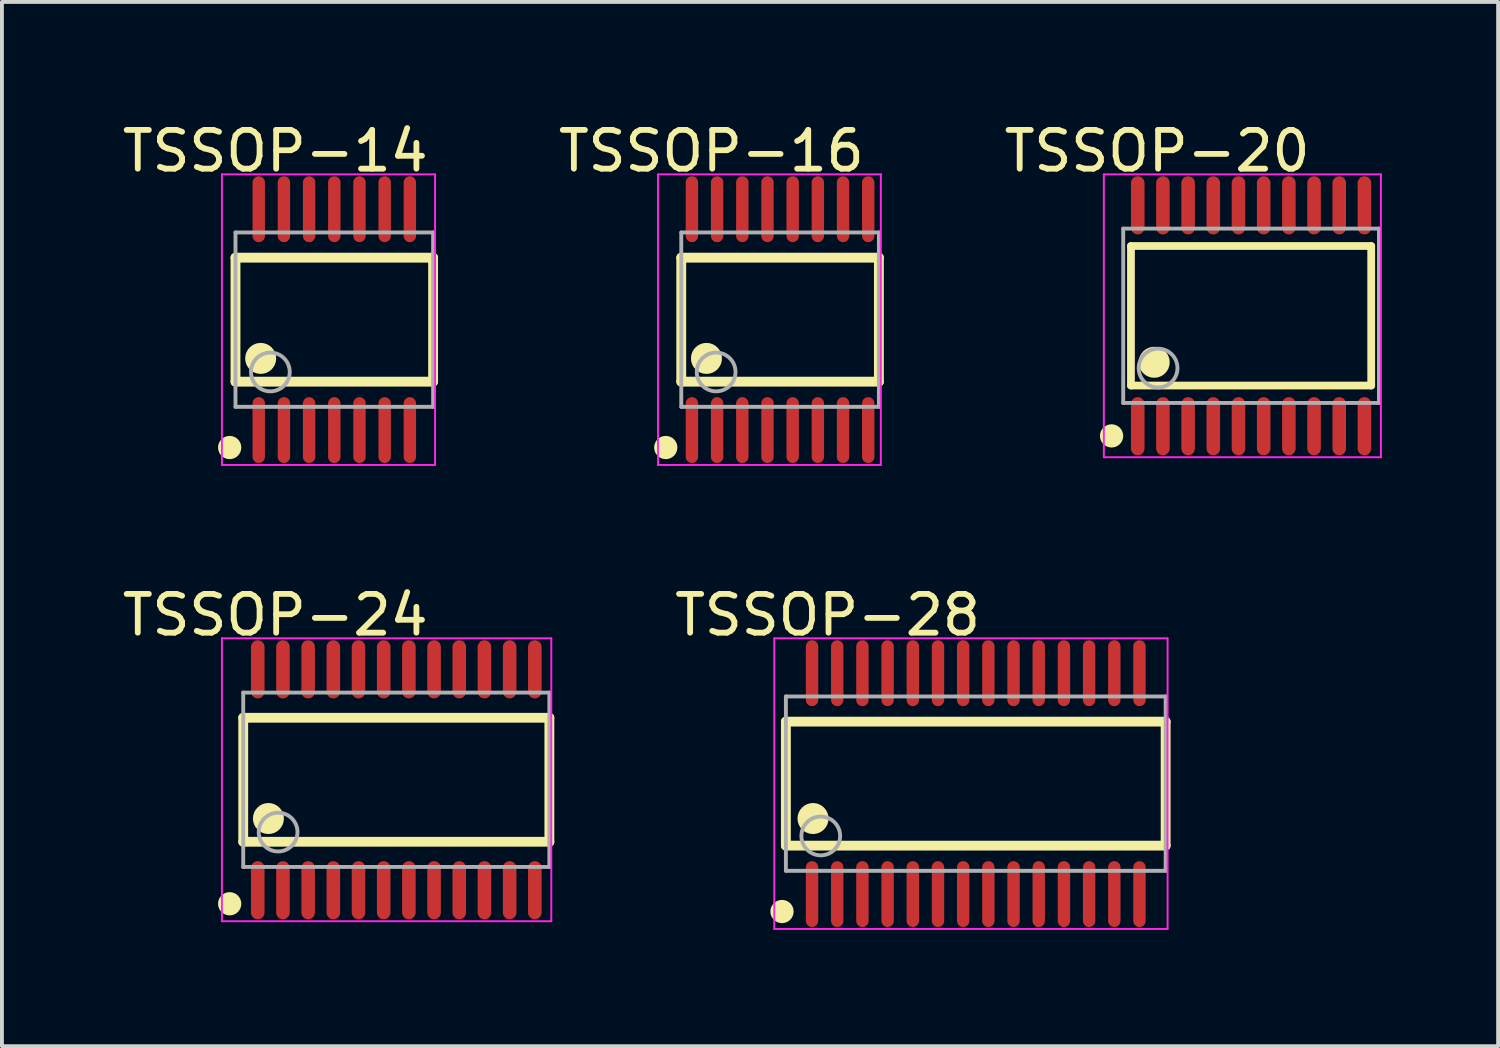
<source format=kicad_pcb>
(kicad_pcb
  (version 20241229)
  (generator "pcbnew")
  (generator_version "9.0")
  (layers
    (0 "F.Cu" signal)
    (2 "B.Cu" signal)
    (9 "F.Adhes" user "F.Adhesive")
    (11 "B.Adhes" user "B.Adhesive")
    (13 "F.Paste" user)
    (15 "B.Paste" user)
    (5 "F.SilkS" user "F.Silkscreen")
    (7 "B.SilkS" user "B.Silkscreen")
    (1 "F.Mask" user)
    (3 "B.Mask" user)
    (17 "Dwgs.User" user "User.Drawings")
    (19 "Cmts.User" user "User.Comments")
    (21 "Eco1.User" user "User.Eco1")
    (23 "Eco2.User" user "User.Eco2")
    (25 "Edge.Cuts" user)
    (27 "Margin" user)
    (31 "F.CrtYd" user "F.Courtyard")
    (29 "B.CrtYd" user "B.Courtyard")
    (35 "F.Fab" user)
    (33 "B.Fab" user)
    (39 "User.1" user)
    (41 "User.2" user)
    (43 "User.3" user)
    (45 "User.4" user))
  (footprint "TSSOP-20"
    (layer "F.Cu")
    (at 29.236 5.099)
    (property "Reference" "TSSOP-20" (at -2.424 -4.251 0) (layer "F.SilkS") (effects (font (size 1 1) (thickness 0.15))))
    (attr through_hole)
    (fp_line (start -3.1 -1.8) (end 3.1 -1.8) (stroke (width 0.2) (type solid)) (layer "F.SilkS"))
    (fp_line (start -3.1 1.8) (end -3.1 -1.8) (stroke (width 0.2) (type solid)) (layer "F.SilkS"))
    (fp_line (start -3.1 1.8) (end 3.1 1.8) (stroke (width 0.2) (type solid)) (layer "F.SilkS"))
    (fp_line (start 3.1 1.8) (end 3.1 -1.8) (stroke (width 0.2) (type solid)) (layer "F.SilkS"))
    (fp_circle (center -3.6 3.1) (end -3.45 3.1) (stroke (width 0.3) (type solid)) (fill no) (layer "F.SilkS"))
    (fp_circle (center -2.5 1.2) (end -2.3 1.2) (stroke (width 0.4) (type solid)) (fill no) (layer "F.SilkS"))
    (fp_line (start -3.8 -3.65) (end 3.35 -3.65) (stroke (width 0.05) (type solid)) (layer "F.CrtYd"))
    (fp_line (start -3.8 3.65) (end -3.8 -3.65) (stroke (width 0.05) (type solid)) (layer "F.CrtYd"))
    (fp_line (start 3.35 -3.65) (end 3.35 3.65) (stroke (width 0.05) (type solid)) (layer "F.CrtYd"))
    (fp_line (start 3.35 3.65) (end -3.8 3.65) (stroke (width 0.05) (type solid)) (layer "F.CrtYd"))
    (fp_line (start -3.3 -2.25) (end 3.3 -2.25) (stroke (width 0.1) (type solid)) (layer "F.Fab"))
    (fp_line (start -3.3 2.25) (end -3.3 -2.25) (stroke (width 0.1) (type solid)) (layer "F.Fab"))
    (fp_line (start -3.3 2.25) (end 3.3 2.25) (stroke (width 0.1) (type solid)) (layer "F.Fab"))
    (fp_line (start 3.3 2.25) (end 3.3 -2.25) (stroke (width 0.1) (type solid)) (layer "F.Fab"))
    (fp_circle (center -2.4 1.35) (end -1.9 1.35) (stroke (width 0.1) (type solid)) (fill no) (layer "F.Fab"))
    (pad "1" smd oval (at -2.925 2.85 180) (size 0.35 1.5) (layers "F.Cu" "F.Mask" "F.Paste"))
    (pad "2" smd oval (at -2.275 2.85 180) (size 0.35 1.5) (layers "F.Cu" "F.Mask" "F.Paste"))
    (pad "3" smd oval (at -1.625 2.85 180) (size 0.35 1.5) (layers "F.Cu" "F.Mask" "F.Paste"))
    (pad "4" smd oval (at -0.975 2.85 180) (size 0.35 1.5) (layers "F.Cu" "F.Mask" "F.Paste"))
    (pad "5" smd oval (at -0.325 2.85 180) (size 0.35 1.5) (layers "F.Cu" "F.Mask" "F.Paste"))
    (pad "6" smd oval (at 0.325 2.85 180) (size 0.35 1.5) (layers "F.Cu" "F.Mask" "F.Paste"))
    (pad "7" smd oval (at 0.975 2.85 180) (size 0.35 1.5) (layers "F.Cu" "F.Mask" "F.Paste"))
    (pad "8" smd oval (at 1.625 2.85 180) (size 0.35 1.5) (layers "F.Cu" "F.Mask" "F.Paste"))
    (pad "9" smd oval (at 2.275 2.85 180) (size 0.35 1.5) (layers "F.Cu" "F.Mask" "F.Paste"))
    (pad "10" smd oval (at 2.925 2.85 180) (size 0.35 1.5) (layers "F.Cu" "F.Mask" "F.Paste"))
    (pad "11" smd oval (at 2.925 -2.85 180) (size 0.35 1.5) (layers "F.Cu" "F.Mask" "F.Paste"))
    (pad "12" smd oval (at 2.275 -2.85 180) (size 0.35 1.5) (layers "F.Cu" "F.Mask" "F.Paste"))
    (pad "13" smd oval (at 1.625 -2.85 180) (size 0.35 1.5) (layers "F.Cu" "F.Mask" "F.Paste"))
    (pad "14" smd oval (at 0.975 -2.85 180) (size 0.35 1.5) (layers "F.Cu" "F.Mask" "F.Paste"))
    (pad "15" smd oval (at 0.325 -2.85 180) (size 0.35 1.5) (layers "F.Cu" "F.Mask" "F.Paste"))
    (pad "16" smd oval (at -0.325 -2.85 180) (size 0.35 1.5) (layers "F.Cu" "F.Mask" "F.Paste"))
    (pad "17" smd oval (at -0.975 -2.85 180) (size 0.35 1.5) (layers "F.Cu" "F.Mask" "F.Paste"))
    (pad "18" smd oval (at -1.625 -2.85 180) (size 0.35 1.5) (layers "F.Cu" "F.Mask" "F.Paste"))
    (pad "19" smd oval (at -2.275 -2.85 180) (size 0.35 1.5) (layers "F.Cu" "F.Mask" "F.Paste"))
    (pad "20" smd oval (at -2.925 -2.85 180) (size 0.35 1.5) (layers "F.Cu" "F.Mask" "F.Paste")))
  (footprint "TSSOP-24"
    (layer "F.Cu")
    (at 7.177 17.073)
    (property "Reference" "TSSOP-24" (at -3.124 -4.251 0) (layer "F.SilkS") (effects (font (size 1 1) (thickness 0.15))))
    (attr through_hole)
    (fp_line (start -3.95 -1.6) (end 3.95 -1.6) (stroke (width 0.254) (type solid)) (layer "F.SilkS"))
    (fp_line (start -3.95 1.6) (end -3.95 -1.6) (stroke (width 0.254) (type solid)) (layer "F.SilkS"))
    (fp_line (start -3.95 1.6) (end 3.95 1.6) (stroke (width 0.254) (type solid)) (layer "F.SilkS"))
    (fp_line (start 3.95 1.6) (end 3.95 -1.6) (stroke (width 0.254) (type solid)) (layer "F.SilkS"))
    (fp_circle (center -4.3 3.2) (end -4.15 3.2) (stroke (width 0.3) (type solid)) (fill no) (layer "F.SilkS"))
    (fp_circle (center -3.3 1) (end -3.1 1) (stroke (width 0.4) (type solid)) (fill no) (layer "F.SilkS"))
    (fp_line (start -4.5 -3.65) (end 4 -3.65) (stroke (width 0.05) (type solid)) (layer "F.CrtYd"))
    (fp_line (start -4.5 3.65) (end -4.5 -3.65) (stroke (width 0.05) (type solid)) (layer "F.CrtYd"))
    (fp_line (start 4 -3.65) (end 4 3.65) (stroke (width 0.05) (type solid)) (layer "F.CrtYd"))
    (fp_line (start 4 3.65) (end -4.5 3.65) (stroke (width 0.05) (type solid)) (layer "F.CrtYd"))
    (fp_line (start -3.95 -2.25) (end 3.95 -2.25) (stroke (width 0.1) (type solid)) (layer "F.Fab"))
    (fp_line (start -3.95 2.25) (end -3.95 -2.25) (stroke (width 0.1) (type solid)) (layer "F.Fab"))
    (fp_line (start -3.95 2.25) (end 3.95 2.25) (stroke (width 0.1) (type solid)) (layer "F.Fab"))
    (fp_line (start 3.95 2.25) (end 3.95 -2.25) (stroke (width 0.1) (type solid)) (layer "F.Fab"))
    (fp_circle (center -3.05 1.35) (end -2.55 1.35) (stroke (width 0.1) (type solid)) (fill no) (layer "F.Fab"))
    (pad "1" smd oval (at -3.575 2.85 180) (size 0.35 1.5) (layers "F.Cu" "F.Mask" "F.Paste"))
    (pad "2" smd oval (at -2.925 2.85 180) (size 0.35 1.5) (layers "F.Cu" "F.Mask" "F.Paste"))
    (pad "3" smd oval (at -2.275 2.85 180) (size 0.35 1.5) (layers "F.Cu" "F.Mask" "F.Paste"))
    (pad "4" smd oval (at -1.625 2.85 180) (size 0.35 1.5) (layers "F.Cu" "F.Mask" "F.Paste"))
    (pad "5" smd oval (at -0.975 2.85 180) (size 0.35 1.5) (layers "F.Cu" "F.Mask" "F.Paste"))
    (pad "6" smd oval (at -0.325 2.85 180) (size 0.35 1.5) (layers "F.Cu" "F.Mask" "F.Paste"))
    (pad "7" smd oval (at 0.325 2.85 180) (size 0.35 1.5) (layers "F.Cu" "F.Mask" "F.Paste"))
    (pad "8" smd oval (at 0.975 2.85 180) (size 0.35 1.5) (layers "F.Cu" "F.Mask" "F.Paste"))
    (pad "9" smd oval (at 1.625 2.85 180) (size 0.35 1.5) (layers "F.Cu" "F.Mask" "F.Paste"))
    (pad "10" smd oval (at 2.275 2.85 180) (size 0.35 1.5) (layers "F.Cu" "F.Mask" "F.Paste"))
    (pad "11" smd oval (at 2.925 2.85 180) (size 0.35 1.5) (layers "F.Cu" "F.Mask" "F.Paste"))
    (pad "12" smd oval (at 3.575 2.85 180) (size 0.35 1.5) (layers "F.Cu" "F.Mask" "F.Paste"))
    (pad "13" smd oval (at 3.575 -2.85 180) (size 0.35 1.5) (layers "F.Cu" "F.Mask" "F.Paste"))
    (pad "14" smd oval (at 2.925 -2.85 180) (size 0.35 1.5) (layers "F.Cu" "F.Mask" "F.Paste"))
    (pad "15" smd oval (at 2.275 -2.85 180) (size 0.35 1.5) (layers "F.Cu" "F.Mask" "F.Paste"))
    (pad "16" smd oval (at 1.625 -2.85 180) (size 0.35 1.5) (layers "F.Cu" "F.Mask" "F.Paste"))
    (pad "17" smd oval (at 0.975 -2.85 180) (size 0.35 1.5) (layers "F.Cu" "F.Mask" "F.Paste"))
    (pad "18" smd oval (at 0.325 -2.85 180) (size 0.35 1.5) (layers "F.Cu" "F.Mask" "F.Paste"))
    (pad "19" smd oval (at -0.325 -2.85 180) (size 0.35 1.5) (layers "F.Cu" "F.Mask" "F.Paste"))
    (pad "20" smd oval (at -0.975 -2.85 180) (size 0.35 1.5) (layers "F.Cu" "F.Mask" "F.Paste"))
    (pad "21" smd oval (at -1.625 -2.85 180) (size 0.35 1.5) (layers "F.Cu" "F.Mask" "F.Paste"))
    (pad "22" smd oval (at -2.275 -2.85 180) (size 0.35 1.5) (layers "F.Cu" "F.Mask" "F.Paste"))
    (pad "23" smd oval (at -2.925 -2.85 180) (size 0.35 1.5) (layers "F.Cu" "F.Mask" "F.Paste"))
    (pad "24" smd oval (at -3.575 -2.85 180) (size 0.35 1.5) (layers "F.Cu" "F.Mask" "F.Paste")))
  (footprint "TSSOP-16"
    (layer "F.Cu")
    (at 17.081 5.199)
    (property "Reference" "TSSOP-16" (at -1.774 -4.351 0) (layer "F.SilkS") (effects (font (size 1 1) (thickness 0.15))))
    (attr through_hole)
    (fp_line (start -2.55 -1.6) (end 2.55 -1.6) (stroke (width 0.254) (type solid)) (layer "F.SilkS"))
    (fp_line (start -2.55 1.6) (end -2.55 -1.6) (stroke (width 0.254) (type solid)) (layer "F.SilkS"))
    (fp_line (start -2.55 1.6) (end 2.55 1.6) (stroke (width 0.254) (type solid)) (layer "F.SilkS"))
    (fp_line (start 2.55 1.6) (end 2.55 -1.6) (stroke (width 0.254) (type solid)) (layer "F.SilkS"))
    (fp_circle (center -2.95 3.3) (end -2.8 3.3) (stroke (width 0.3) (type solid)) (fill no) (layer "F.SilkS"))
    (fp_circle (center -1.9 1) (end -1.7 1) (stroke (width 0.4) (type solid)) (fill no) (layer "F.SilkS"))
    (fp_line (start -3.15 -3.75) (end 2.6 -3.75) (stroke (width 0.05) (type solid)) (layer "F.CrtYd"))
    (fp_line (start -3.15 3.75) (end -3.15 -3.75) (stroke (width 0.05) (type solid)) (layer "F.CrtYd"))
    (fp_line (start 2.6 -3.75) (end 2.6 3.75) (stroke (width 0.05) (type solid)) (layer "F.CrtYd"))
    (fp_line (start 2.6 3.75) (end -3.15 3.75) (stroke (width 0.05) (type solid)) (layer "F.CrtYd"))
    (fp_line (start -2.55 -2.25) (end 2.55 -2.25) (stroke (width 0.1) (type solid)) (layer "F.Fab"))
    (fp_line (start -2.55 2.25) (end -2.55 -2.25) (stroke (width 0.1) (type solid)) (layer "F.Fab"))
    (fp_line (start -2.55 2.25) (end 2.55 2.25) (stroke (width 0.1) (type solid)) (layer "F.Fab"))
    (fp_line (start 2.55 2.25) (end 2.55 -2.25) (stroke (width 0.1) (type solid)) (layer "F.Fab"))
    (fp_circle (center -1.65 1.35) (end -1.15 1.35) (stroke (width 0.1) (type solid)) (fill no) (layer "F.Fab"))
    (pad "1" smd oval (at -2.275 2.85 180) (size 0.32 1.7) (layers "F.Cu" "F.Mask" "F.Paste"))
    (pad "2" smd oval (at -1.625 2.85 180) (size 0.32 1.7) (layers "F.Cu" "F.Mask" "F.Paste"))
    (pad "3" smd oval (at -0.975 2.85 180) (size 0.32 1.7) (layers "F.Cu" "F.Mask" "F.Paste"))
    (pad "4" smd oval (at -0.325 2.85 180) (size 0.32 1.7) (layers "F.Cu" "F.Mask" "F.Paste"))
    (pad "5" smd oval (at 0.325 2.85 180) (size 0.32 1.7) (layers "F.Cu" "F.Mask" "F.Paste"))
    (pad "6" smd oval (at 0.975 2.85 180) (size 0.32 1.7) (layers "F.Cu" "F.Mask" "F.Paste"))
    (pad "7" smd oval (at 1.625 2.85 180) (size 0.32 1.7) (layers "F.Cu" "F.Mask" "F.Paste"))
    (pad "8" smd oval (at 2.275 2.85 180) (size 0.32 1.7) (layers "F.Cu" "F.Mask" "F.Paste"))
    (pad "9" smd oval (at 2.275 -2.85 180) (size 0.32 1.7) (layers "F.Cu" "F.Mask" "F.Paste"))
    (pad "10" smd oval (at 1.625 -2.85 180) (size 0.32 1.7) (layers "F.Cu" "F.Mask" "F.Paste"))
    (pad "11" smd oval (at 0.975 -2.85 180) (size 0.32 1.7) (layers "F.Cu" "F.Mask" "F.Paste"))
    (pad "12" smd oval (at 0.325 -2.85 180) (size 0.32 1.7) (layers "F.Cu" "F.Mask" "F.Paste"))
    (pad "13" smd oval (at -0.325 -2.85 180) (size 0.32 1.7) (layers "F.Cu" "F.Mask" "F.Paste"))
    (pad "14" smd oval (at -0.975 -2.85 180) (size 0.32 1.7) (layers "F.Cu" "F.Mask" "F.Paste"))
    (pad "15" smd oval (at -1.625 -2.85 180) (size 0.32 1.7) (layers "F.Cu" "F.Mask" "F.Paste"))
    (pad "16" smd oval (at -2.275 -2.85 180) (size 0.32 1.7) (layers "F.Cu" "F.Mask" "F.Paste")))
  (footprint "TSSOP-28"
    (layer "F.Cu")
    (at 22.131 17.173)
    (property "Reference" "TSSOP-28" (at -3.824 -4.351 0) (layer "F.SilkS") (effects (font (size 1 1) (thickness 0.15))))
    (attr through_hole)
    (fp_line (start -4.9 -1.6) (end 4.9 -1.6) (stroke (width 0.254) (type solid)) (layer "F.SilkS"))
    (fp_line (start -4.9 1.6) (end -4.9 -1.6) (stroke (width 0.254) (type solid)) (layer "F.SilkS"))
    (fp_line (start -4.9 1.6) (end 4.9 1.6) (stroke (width 0.254) (type solid)) (layer "F.SilkS"))
    (fp_line (start 4.9 1.6) (end 4.9 -1.6) (stroke (width 0.254) (type solid)) (layer "F.SilkS"))
    (fp_circle (center -5 3.3) (end -4.85 3.3) (stroke (width 0.3) (type solid)) (fill no) (layer "F.SilkS"))
    (fp_circle (center -4.2 0.9) (end -4 0.9) (stroke (width 0.4) (type solid)) (fill no) (layer "F.SilkS"))
    (fp_line (start -5.2 -3.75) (end 4.95 -3.75) (stroke (width 0.05) (type solid)) (layer "F.CrtYd"))
    (fp_line (start -5.2 3.75) (end -5.2 -3.75) (stroke (width 0.05) (type solid)) (layer "F.CrtYd"))
    (fp_line (start 4.95 -3.75) (end 4.95 3.75) (stroke (width 0.05) (type solid)) (layer "F.CrtYd"))
    (fp_line (start 4.95 3.75) (end -5.2 3.75) (stroke (width 0.05) (type solid)) (layer "F.CrtYd"))
    (fp_line (start -4.9 -2.25) (end 4.9 -2.25) (stroke (width 0.1) (type solid)) (layer "F.Fab"))
    (fp_line (start -4.9 2.25) (end -4.9 -2.25) (stroke (width 0.1) (type solid)) (layer "F.Fab"))
    (fp_line (start -4.9 2.25) (end 4.9 2.25) (stroke (width 0.1) (type solid)) (layer "F.Fab"))
    (fp_line (start 4.9 2.25) (end 4.9 -2.25) (stroke (width 0.1) (type solid)) (layer "F.Fab"))
    (fp_circle (center -4 1.35) (end -3.5 1.35) (stroke (width 0.1) (type solid)) (fill no) (layer "F.Fab"))
    (pad "1" smd oval (at -4.225 2.85 180) (size 0.32 1.7) (layers "F.Cu" "F.Mask" "F.Paste"))
    (pad "2" smd oval (at -3.575 2.85 180) (size 0.32 1.7) (layers "F.Cu" "F.Mask" "F.Paste"))
    (pad "3" smd oval (at -2.925 2.85 180) (size 0.32 1.7) (layers "F.Cu" "F.Mask" "F.Paste"))
    (pad "4" smd oval (at -2.275 2.85 180) (size 0.32 1.7) (layers "F.Cu" "F.Mask" "F.Paste"))
    (pad "5" smd oval (at -1.625 2.85 180) (size 0.32 1.7) (layers "F.Cu" "F.Mask" "F.Paste"))
    (pad "6" smd oval (at -0.975 2.85 180) (size 0.32 1.7) (layers "F.Cu" "F.Mask" "F.Paste"))
    (pad "7" smd oval (at -0.325 2.85 180) (size 0.32 1.7) (layers "F.Cu" "F.Mask" "F.Paste"))
    (pad "8" smd oval (at 0.325 2.85 180) (size 0.32 1.7) (layers "F.Cu" "F.Mask" "F.Paste"))
    (pad "9" smd oval (at 0.975 2.85 180) (size 0.32 1.7) (layers "F.Cu" "F.Mask" "F.Paste"))
    (pad "10" smd oval (at 1.625 2.85 180) (size 0.32 1.7) (layers "F.Cu" "F.Mask" "F.Paste"))
    (pad "11" smd oval (at 2.275 2.85 180) (size 0.32 1.7) (layers "F.Cu" "F.Mask" "F.Paste"))
    (pad "12" smd oval (at 2.925 2.85 180) (size 0.32 1.7) (layers "F.Cu" "F.Mask" "F.Paste"))
    (pad "13" smd oval (at 3.575 2.85 180) (size 0.32 1.7) (layers "F.Cu" "F.Mask" "F.Paste"))
    (pad "14" smd oval (at 4.225 2.85 180) (size 0.32 1.7) (layers "F.Cu" "F.Mask" "F.Paste"))
    (pad "15" smd oval (at 4.225 -2.85 180) (size 0.32 1.7) (layers "F.Cu" "F.Mask" "F.Paste"))
    (pad "16" smd oval (at 3.575 -2.85 180) (size 0.32 1.7) (layers "F.Cu" "F.Mask" "F.Paste"))
    (pad "17" smd oval (at 2.925 -2.85 180) (size 0.32 1.7) (layers "F.Cu" "F.Mask" "F.Paste"))
    (pad "18" smd oval (at 2.275 -2.85 180) (size 0.32 1.7) (layers "F.Cu" "F.Mask" "F.Paste"))
    (pad "19" smd oval (at 1.625 -2.85 180) (size 0.32 1.7) (layers "F.Cu" "F.Mask" "F.Paste"))
    (pad "20" smd oval (at 0.975 -2.85 180) (size 0.32 1.7) (layers "F.Cu" "F.Mask" "F.Paste"))
    (pad "21" smd oval (at 0.325 -2.85 180) (size 0.32 1.7) (layers "F.Cu" "F.Mask" "F.Paste"))
    (pad "22" smd oval (at -0.325 -2.85 180) (size 0.32 1.7) (layers "F.Cu" "F.Mask" "F.Paste"))
    (pad "23" smd oval (at -0.975 -2.85 180) (size 0.32 1.7) (layers "F.Cu" "F.Mask" "F.Paste"))
    (pad "24" smd oval (at -1.625 -2.85 180) (size 0.32 1.7) (layers "F.Cu" "F.Mask" "F.Paste"))
    (pad "25" smd oval (at -2.275 -2.85 180) (size 0.32 1.7) (layers "F.Cu" "F.Mask" "F.Paste"))
    (pad "26" smd oval (at -2.925 -2.85 180) (size 0.32 1.7) (layers "F.Cu" "F.Mask" "F.Paste"))
    (pad "27" smd oval (at -3.575 -2.85 180) (size 0.32 1.7) (layers "F.Cu" "F.Mask" "F.Paste"))
    (pad "28" smd oval (at -4.225 -2.85 180) (size 0.32 1.7) (layers "F.Cu" "F.Mask" "F.Paste")))
  (footprint "TSSOP-14"
    (layer "F.Cu")
    (at 5.577 5.199)
    (property "Reference" "TSSOP-14" (at -1.524 -4.351 0) (layer "F.SilkS") (effects (font (size 1 1) (thickness 0.15))))
    (attr through_hole)
    (fp_line (start -2.55 -1.6) (end 2.55 -1.6) (stroke (width 0.254) (type solid)) (layer "F.SilkS"))
    (fp_line (start -2.55 1.6) (end -2.55 -1.6) (stroke (width 0.254) (type solid)) (layer "F.SilkS"))
    (fp_line (start -2.55 1.6) (end 2.55 1.6) (stroke (width 0.254) (type solid)) (layer "F.SilkS"))
    (fp_line (start 2.55 1.6) (end 2.55 -1.6) (stroke (width 0.254) (type solid)) (layer "F.SilkS"))
    (fp_circle (center -2.7 3.3) (end -2.55 3.3) (stroke (width 0.3) (type solid)) (fill no) (layer "F.SilkS"))
    (fp_circle (center -1.9 1) (end -1.7 1) (stroke (width 0.4) (type solid)) (fill no) (layer "F.SilkS"))
    (fp_line (start -2.9 -3.75) (end 2.6 -3.75) (stroke (width 0.05) (type solid)) (layer "F.CrtYd"))
    (fp_line (start -2.9 3.75) (end -2.9 -3.75) (stroke (width 0.05) (type solid)) (layer "F.CrtYd"))
    (fp_line (start 2.6 -3.75) (end 2.6 3.75) (stroke (width 0.05) (type solid)) (layer "F.CrtYd"))
    (fp_line (start 2.6 3.75) (end -2.9 3.75) (stroke (width 0.05) (type solid)) (layer "F.CrtYd"))
    (fp_line (start -2.55 -2.25) (end 2.55 -2.25) (stroke (width 0.1) (type solid)) (layer "F.Fab"))
    (fp_line (start -2.55 2.25) (end -2.55 -2.25) (stroke (width 0.1) (type solid)) (layer "F.Fab"))
    (fp_line (start -2.55 2.25) (end 2.55 2.25) (stroke (width 0.1) (type solid)) (layer "F.Fab"))
    (fp_line (start 2.55 2.25) (end 2.55 -2.25) (stroke (width 0.1) (type solid)) (layer "F.Fab"))
    (fp_circle (center -1.65 1.35) (end -1.15 1.35) (stroke (width 0.1) (type solid)) (fill no) (layer "F.Fab"))
    (pad "1" smd oval (at -1.95 2.85 180) (size 0.32 1.7) (layers "F.Cu" "F.Mask" "F.Paste"))
    (pad "2" smd oval (at -1.3 2.85 180) (size 0.32 1.7) (layers "F.Cu" "F.Mask" "F.Paste"))
    (pad "3" smd oval (at -0.65 2.85 180) (size 0.32 1.7) (layers "F.Cu" "F.Mask" "F.Paste"))
    (pad "4" smd oval (at 0 2.85 180) (size 0.32 1.7) (layers "F.Cu" "F.Mask" "F.Paste"))
    (pad "5" smd oval (at 0.65 2.85 180) (size 0.32 1.7) (layers "F.Cu" "F.Mask" "F.Paste"))
    (pad "6" smd oval (at 1.3 2.85 180) (size 0.32 1.7) (layers "F.Cu" "F.Mask" "F.Paste"))
    (pad "7" smd oval (at 1.95 2.85 180) (size 0.32 1.7) (layers "F.Cu" "F.Mask" "F.Paste"))
    (pad "8" smd oval (at 1.95 -2.85 180) (size 0.32 1.7) (layers "F.Cu" "F.Mask" "F.Paste"))
    (pad "9" smd oval (at 1.3 -2.85 180) (size 0.32 1.7) (layers "F.Cu" "F.Mask" "F.Paste"))
    (pad "10" smd oval (at 0.65 -2.85 180) (size 0.32 1.7) (layers "F.Cu" "F.Mask" "F.Paste"))
    (pad "11" smd oval (at 0 -2.85 180) (size 0.32 1.7) (layers "F.Cu" "F.Mask" "F.Paste"))
    (pad "12" smd oval (at -0.65 -2.85 180) (size 0.32 1.7) (layers "F.Cu" "F.Mask" "F.Paste"))
    (pad "13" smd oval (at -1.3 -2.85 180) (size 0.32 1.7) (layers "F.Cu" "F.Mask" "F.Paste"))
    (pad "14" smd oval (at -1.95 -2.85 180) (size 0.32 1.7) (layers "F.Cu" "F.Mask" "F.Paste")))
  (gr_rect
    (start -3 -3)
    (end 35.611 23.948)
    (stroke (width 0.1) (type default))
    (fill no)
    (layer "Edge.Cuts")))
</source>
